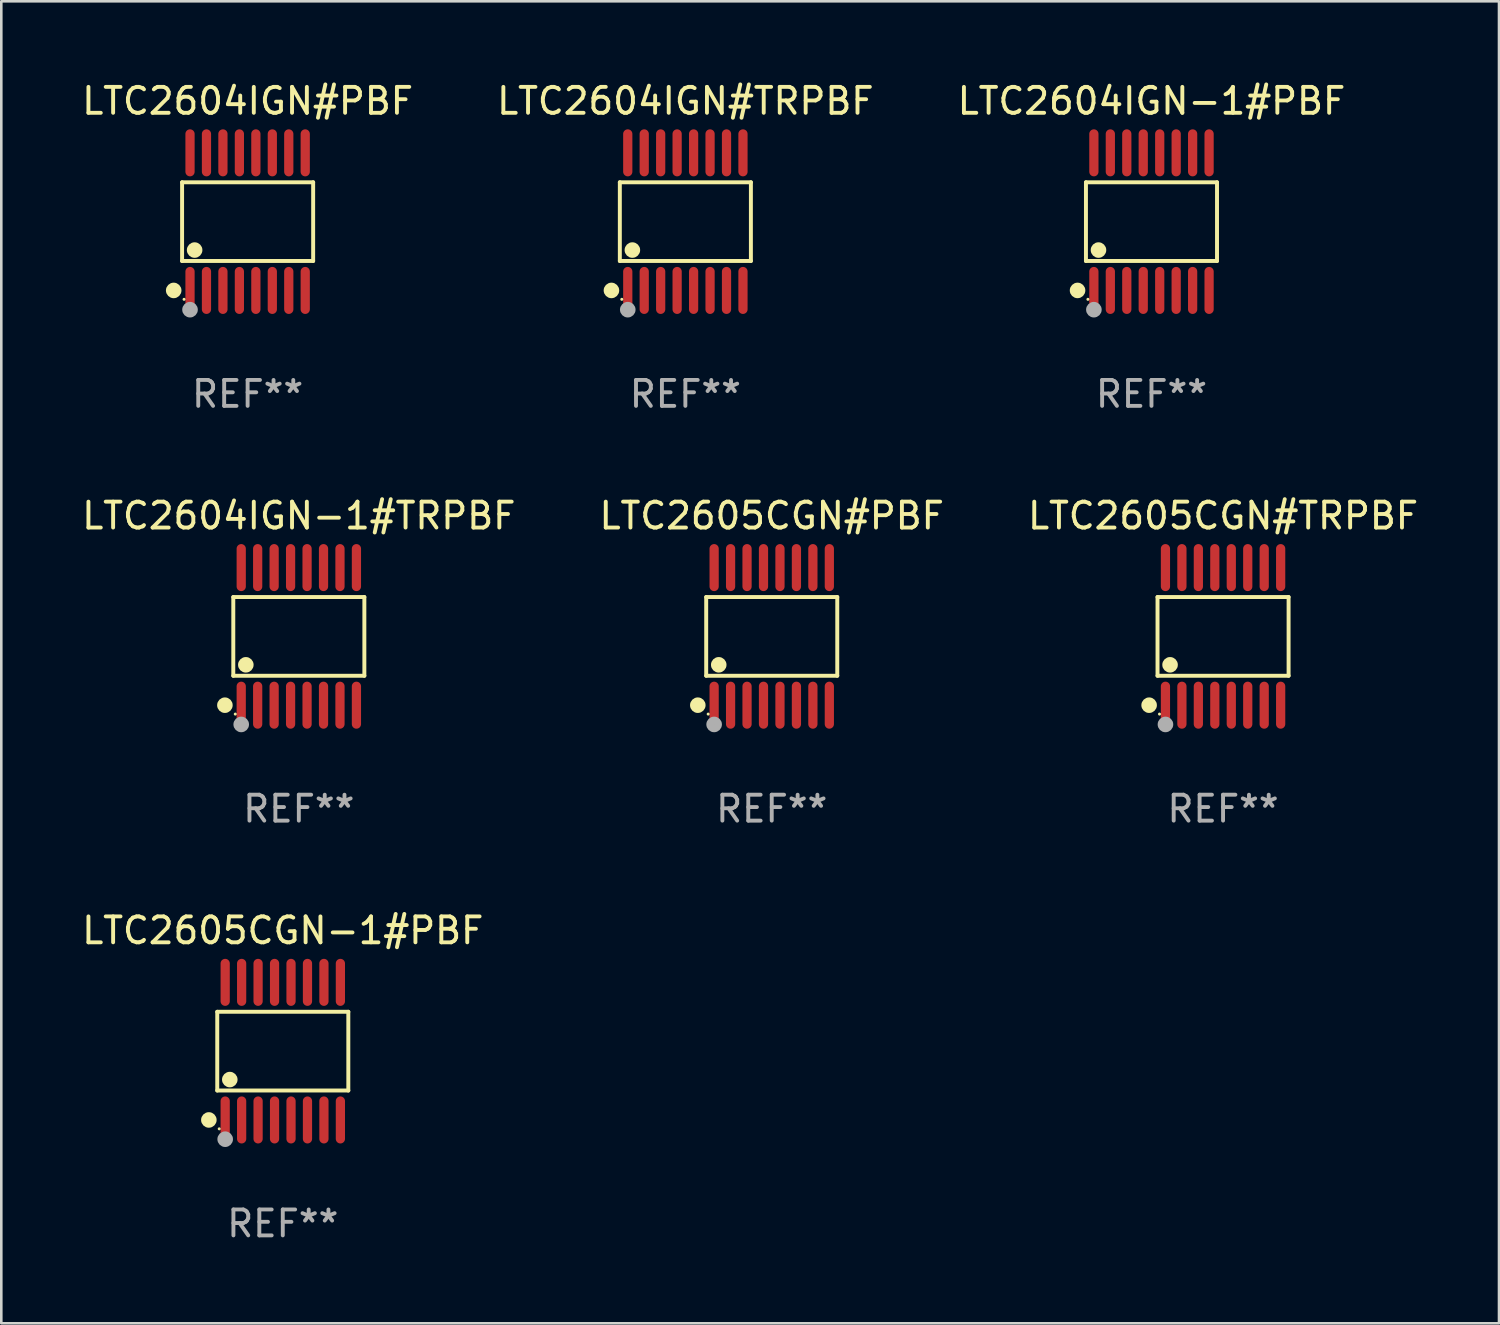
<source format=kicad_pcb>
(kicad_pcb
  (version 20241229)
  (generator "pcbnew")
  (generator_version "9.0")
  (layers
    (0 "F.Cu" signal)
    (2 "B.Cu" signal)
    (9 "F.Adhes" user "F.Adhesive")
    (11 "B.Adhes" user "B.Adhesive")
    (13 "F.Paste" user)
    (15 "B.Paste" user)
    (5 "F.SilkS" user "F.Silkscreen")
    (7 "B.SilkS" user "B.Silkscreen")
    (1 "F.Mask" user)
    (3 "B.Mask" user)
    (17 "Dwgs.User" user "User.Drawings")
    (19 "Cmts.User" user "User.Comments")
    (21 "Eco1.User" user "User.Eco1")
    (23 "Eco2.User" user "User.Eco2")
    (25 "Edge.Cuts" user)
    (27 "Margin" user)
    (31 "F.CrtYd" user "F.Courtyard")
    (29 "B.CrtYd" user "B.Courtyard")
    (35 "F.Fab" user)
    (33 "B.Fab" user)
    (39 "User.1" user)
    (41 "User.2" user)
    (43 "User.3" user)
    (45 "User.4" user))
  (footprint "LTC2605CGN#TRPBF"
    (layer "F.Cu")
    (at 44.149 21.509)
    (property "Reference" "LTC2605CGN#TRPBF" (at 0 -4.655 0) (layer "F.SilkS") (effects (font (size 1 1) (thickness 0.15))))
    (attr through_hole)
    (fp_line (start -2.529 -1.519) (end 2.529 -1.519) (stroke (width 0.152) (type solid)) (layer "F.SilkS"))
    (fp_line (start -2.529 1.519) (end -2.529 -1.519) (stroke (width 0.152) (type solid)) (layer "F.SilkS"))
    (fp_line (start 2.529 -1.519) (end 2.529 1.519) (stroke (width 0.152) (type solid)) (layer "F.SilkS"))
    (fp_line (start 2.529 1.519) (end -2.529 1.519) (stroke (width 0.152) (type solid)) (layer "F.SilkS"))
    (fp_circle (center -2.853 2.655) (end -2.703 2.655) (stroke (width 0.3) (type solid)) (fill no) (layer "F.SilkS"))
    (fp_circle (center -2.453 2.998) (end -2.423 2.998) (stroke (width 0.06) (type solid)) (fill no) (layer "F.SilkS"))
    (fp_circle (center -2.045 1.097) (end -1.895 1.097) (stroke (width 0.3) (type solid)) (fill no) (layer "F.SilkS"))
    (fp_circle (center -2.223 3.398) (end -2.072 3.398) (stroke (width 0.3) (type solid)) (fill no) (layer "F.Fab"))
    (fp_text user "REF**" (at 0 6.655 0) (layer "F.Fab") (effects (font (size 1 1) (thickness 0.15))))
    (pad "1" smd oval (at -2.223 2.655) (size 0.356 1.815) (layers "F.Cu" "F.Mask" "F.Paste"))
    (pad "2" smd oval (at -1.588 2.655) (size 0.356 1.815) (layers "F.Cu" "F.Mask" "F.Paste"))
    (pad "3" smd oval (at -0.953 2.655) (size 0.356 1.815) (layers "F.Cu" "F.Mask" "F.Paste"))
    (pad "4" smd oval (at -0.318 2.655) (size 0.356 1.815) (layers "F.Cu" "F.Mask" "F.Paste"))
    (pad "5" smd oval (at 0.318 2.655) (size 0.356 1.815) (layers "F.Cu" "F.Mask" "F.Paste"))
    (pad "6" smd oval (at 0.953 2.655) (size 0.356 1.815) (layers "F.Cu" "F.Mask" "F.Paste"))
    (pad "7" smd oval (at 1.588 2.655) (size 0.356 1.815) (layers "F.Cu" "F.Mask" "F.Paste"))
    (pad "8" smd oval (at 2.223 2.655) (size 0.356 1.815) (layers "F.Cu" "F.Mask" "F.Paste"))
    (pad "9" smd oval (at 2.223 -2.655) (size 0.356 1.815) (layers "F.Cu" "F.Mask" "F.Paste"))
    (pad "10" smd oval (at 1.588 -2.655) (size 0.356 1.815) (layers "F.Cu" "F.Mask" "F.Paste"))
    (pad "11" smd oval (at 0.953 -2.655) (size 0.356 1.815) (layers "F.Cu" "F.Mask" "F.Paste"))
    (pad "12" smd oval (at 0.318 -2.655) (size 0.356 1.815) (layers "F.Cu" "F.Mask" "F.Paste"))
    (pad "13" smd oval (at -0.318 -2.655) (size 0.356 1.815) (layers "F.Cu" "F.Mask" "F.Paste"))
    (pad "14" smd oval (at -0.953 -2.655) (size 0.356 1.815) (layers "F.Cu" "F.Mask" "F.Paste"))
    (pad "15" smd oval (at -1.588 -2.655) (size 0.356 1.815) (layers "F.Cu" "F.Mask" "F.Paste"))
    (pad "16" smd oval (at -2.223 -2.655) (size 0.356 1.815) (layers "F.Cu" "F.Mask" "F.Paste")))
  (footprint "LTC2605CGN-1#PBF"
    (layer "F.Cu")
    (at 7.863 37.515)
    (property "Reference" "LTC2605CGN-1#PBF" (at 0 -4.655 0) (layer "F.SilkS") (effects (font (size 1 1) (thickness 0.15))))
    (attr through_hole)
    (fp_line (start -2.529 -1.519) (end 2.529 -1.519) (stroke (width 0.152) (type solid)) (layer "F.SilkS"))
    (fp_line (start -2.529 1.519) (end -2.529 -1.519) (stroke (width 0.152) (type solid)) (layer "F.SilkS"))
    (fp_line (start 2.529 -1.519) (end 2.529 1.519) (stroke (width 0.152) (type solid)) (layer "F.SilkS"))
    (fp_line (start 2.529 1.519) (end -2.529 1.519) (stroke (width 0.152) (type solid)) (layer "F.SilkS"))
    (fp_circle (center -2.853 2.655) (end -2.703 2.655) (stroke (width 0.3) (type solid)) (fill no) (layer "F.SilkS"))
    (fp_circle (center -2.453 2.998) (end -2.423 2.998) (stroke (width 0.06) (type solid)) (fill no) (layer "F.SilkS"))
    (fp_circle (center -2.045 1.097) (end -1.895 1.097) (stroke (width 0.3) (type solid)) (fill no) (layer "F.SilkS"))
    (fp_circle (center -2.223 3.398) (end -2.072 3.398) (stroke (width 0.3) (type solid)) (fill no) (layer "F.Fab"))
    (fp_text user "REF**" (at 0 6.655 0) (layer "F.Fab") (effects (font (size 1 1) (thickness 0.15))))
    (pad "1" smd oval (at -2.223 2.655) (size 0.356 1.815) (layers "F.Cu" "F.Mask" "F.Paste"))
    (pad "2" smd oval (at -1.588 2.655) (size 0.356 1.815) (layers "F.Cu" "F.Mask" "F.Paste"))
    (pad "3" smd oval (at -0.953 2.655) (size 0.356 1.815) (layers "F.Cu" "F.Mask" "F.Paste"))
    (pad "4" smd oval (at -0.318 2.655) (size 0.356 1.815) (layers "F.Cu" "F.Mask" "F.Paste"))
    (pad "5" smd oval (at 0.318 2.655) (size 0.356 1.815) (layers "F.Cu" "F.Mask" "F.Paste"))
    (pad "6" smd oval (at 0.953 2.655) (size 0.356 1.815) (layers "F.Cu" "F.Mask" "F.Paste"))
    (pad "7" smd oval (at 1.588 2.655) (size 0.356 1.815) (layers "F.Cu" "F.Mask" "F.Paste"))
    (pad "8" smd oval (at 2.223 2.655) (size 0.356 1.815) (layers "F.Cu" "F.Mask" "F.Paste"))
    (pad "9" smd oval (at 2.223 -2.655) (size 0.356 1.815) (layers "F.Cu" "F.Mask" "F.Paste"))
    (pad "10" smd oval (at 1.588 -2.655) (size 0.356 1.815) (layers "F.Cu" "F.Mask" "F.Paste"))
    (pad "11" smd oval (at 0.953 -2.655) (size 0.356 1.815) (layers "F.Cu" "F.Mask" "F.Paste"))
    (pad "12" smd oval (at 0.318 -2.655) (size 0.356 1.815) (layers "F.Cu" "F.Mask" "F.Paste"))
    (pad "13" smd oval (at -0.318 -2.655) (size 0.356 1.815) (layers "F.Cu" "F.Mask" "F.Paste"))
    (pad "14" smd oval (at -0.953 -2.655) (size 0.356 1.815) (layers "F.Cu" "F.Mask" "F.Paste"))
    (pad "15" smd oval (at -1.588 -2.655) (size 0.356 1.815) (layers "F.Cu" "F.Mask" "F.Paste"))
    (pad "16" smd oval (at -2.223 -2.655) (size 0.356 1.815) (layers "F.Cu" "F.Mask" "F.Paste")))
  (footprint "LTC2604IGN#TRPBF"
    (layer "F.Cu")
    (at 23.399 5.503)
    (property "Reference" "LTC2604IGN#TRPBF" (at 0 -4.655 0) (layer "F.SilkS") (effects (font (size 1 1) (thickness 0.15))))
    (attr through_hole)
    (fp_line (start -2.529 -1.519) (end 2.529 -1.519) (stroke (width 0.152) (type solid)) (layer "F.SilkS"))
    (fp_line (start -2.529 1.519) (end -2.529 -1.519) (stroke (width 0.152) (type solid)) (layer "F.SilkS"))
    (fp_line (start 2.529 -1.519) (end 2.529 1.519) (stroke (width 0.152) (type solid)) (layer "F.SilkS"))
    (fp_line (start 2.529 1.519) (end -2.529 1.519) (stroke (width 0.152) (type solid)) (layer "F.SilkS"))
    (fp_circle (center -2.853 2.655) (end -2.703 2.655) (stroke (width 0.3) (type solid)) (fill no) (layer "F.SilkS"))
    (fp_circle (center -2.453 2.998) (end -2.423 2.998) (stroke (width 0.06) (type solid)) (fill no) (layer "F.SilkS"))
    (fp_circle (center -2.045 1.097) (end -1.895 1.097) (stroke (width 0.3) (type solid)) (fill no) (layer "F.SilkS"))
    (fp_circle (center -2.223 3.398) (end -2.072 3.398) (stroke (width 0.3) (type solid)) (fill no) (layer "F.Fab"))
    (fp_text user "REF**" (at 0 6.655 0) (layer "F.Fab") (effects (font (size 1 1) (thickness 0.15))))
    (pad "1" smd oval (at -2.223 2.655) (size 0.356 1.815) (layers "F.Cu" "F.Mask" "F.Paste"))
    (pad "2" smd oval (at -1.588 2.655) (size 0.356 1.815) (layers "F.Cu" "F.Mask" "F.Paste"))
    (pad "3" smd oval (at -0.953 2.655) (size 0.356 1.815) (layers "F.Cu" "F.Mask" "F.Paste"))
    (pad "4" smd oval (at -0.318 2.655) (size 0.356 1.815) (layers "F.Cu" "F.Mask" "F.Paste"))
    (pad "5" smd oval (at 0.318 2.655) (size 0.356 1.815) (layers "F.Cu" "F.Mask" "F.Paste"))
    (pad "6" smd oval (at 0.953 2.655) (size 0.356 1.815) (layers "F.Cu" "F.Mask" "F.Paste"))
    (pad "7" smd oval (at 1.588 2.655) (size 0.356 1.815) (layers "F.Cu" "F.Mask" "F.Paste"))
    (pad "8" smd oval (at 2.223 2.655) (size 0.356 1.815) (layers "F.Cu" "F.Mask" "F.Paste"))
    (pad "9" smd oval (at 2.223 -2.655) (size 0.356 1.815) (layers "F.Cu" "F.Mask" "F.Paste"))
    (pad "10" smd oval (at 1.588 -2.655) (size 0.356 1.815) (layers "F.Cu" "F.Mask" "F.Paste"))
    (pad "11" smd oval (at 0.953 -2.655) (size 0.356 1.815) (layers "F.Cu" "F.Mask" "F.Paste"))
    (pad "12" smd oval (at 0.318 -2.655) (size 0.356 1.815) (layers "F.Cu" "F.Mask" "F.Paste"))
    (pad "13" smd oval (at -0.318 -2.655) (size 0.356 1.815) (layers "F.Cu" "F.Mask" "F.Paste"))
    (pad "14" smd oval (at -0.953 -2.655) (size 0.356 1.815) (layers "F.Cu" "F.Mask" "F.Paste"))
    (pad "15" smd oval (at -1.588 -2.655) (size 0.356 1.815) (layers "F.Cu" "F.Mask" "F.Paste"))
    (pad "16" smd oval (at -2.223 -2.655) (size 0.356 1.815) (layers "F.Cu" "F.Mask" "F.Paste")))
  (footprint "LTC2604IGN#PBF"
    (layer "F.Cu")
    (at 6.506 5.503)
    (property "Reference" "LTC2604IGN#PBF" (at 0 -4.655 0) (layer "F.SilkS") (effects (font (size 1 1) (thickness 0.15))))
    (attr through_hole)
    (fp_line (start -2.529 -1.519) (end 2.529 -1.519) (stroke (width 0.152) (type solid)) (layer "F.SilkS"))
    (fp_line (start -2.529 1.519) (end -2.529 -1.519) (stroke (width 0.152) (type solid)) (layer "F.SilkS"))
    (fp_line (start 2.529 -1.519) (end 2.529 1.519) (stroke (width 0.152) (type solid)) (layer "F.SilkS"))
    (fp_line (start 2.529 1.519) (end -2.529 1.519) (stroke (width 0.152) (type solid)) (layer "F.SilkS"))
    (fp_circle (center -2.853 2.655) (end -2.703 2.655) (stroke (width 0.3) (type solid)) (fill no) (layer "F.SilkS"))
    (fp_circle (center -2.453 2.998) (end -2.423 2.998) (stroke (width 0.06) (type solid)) (fill no) (layer "F.SilkS"))
    (fp_circle (center -2.045 1.097) (end -1.895 1.097) (stroke (width 0.3) (type solid)) (fill no) (layer "F.SilkS"))
    (fp_circle (center -2.223 3.398) (end -2.072 3.398) (stroke (width 0.3) (type solid)) (fill no) (layer "F.Fab"))
    (fp_text user "REF**" (at 0 6.655 0) (layer "F.Fab") (effects (font (size 1 1) (thickness 0.15))))
    (pad "1" smd oval (at -2.223 2.655) (size 0.356 1.815) (layers "F.Cu" "F.Mask" "F.Paste"))
    (pad "2" smd oval (at -1.588 2.655) (size 0.356 1.815) (layers "F.Cu" "F.Mask" "F.Paste"))
    (pad "3" smd oval (at -0.953 2.655) (size 0.356 1.815) (layers "F.Cu" "F.Mask" "F.Paste"))
    (pad "4" smd oval (at -0.318 2.655) (size 0.356 1.815) (layers "F.Cu" "F.Mask" "F.Paste"))
    (pad "5" smd oval (at 0.318 2.655) (size 0.356 1.815) (layers "F.Cu" "F.Mask" "F.Paste"))
    (pad "6" smd oval (at 0.953 2.655) (size 0.356 1.815) (layers "F.Cu" "F.Mask" "F.Paste"))
    (pad "7" smd oval (at 1.588 2.655) (size 0.356 1.815) (layers "F.Cu" "F.Mask" "F.Paste"))
    (pad "8" smd oval (at 2.223 2.655) (size 0.356 1.815) (layers "F.Cu" "F.Mask" "F.Paste"))
    (pad "9" smd oval (at 2.223 -2.655) (size 0.356 1.815) (layers "F.Cu" "F.Mask" "F.Paste"))
    (pad "10" smd oval (at 1.588 -2.655) (size 0.356 1.815) (layers "F.Cu" "F.Mask" "F.Paste"))
    (pad "11" smd oval (at 0.953 -2.655) (size 0.356 1.815) (layers "F.Cu" "F.Mask" "F.Paste"))
    (pad "12" smd oval (at 0.318 -2.655) (size 0.356 1.815) (layers "F.Cu" "F.Mask" "F.Paste"))
    (pad "13" smd oval (at -0.318 -2.655) (size 0.356 1.815) (layers "F.Cu" "F.Mask" "F.Paste"))
    (pad "14" smd oval (at -0.953 -2.655) (size 0.356 1.815) (layers "F.Cu" "F.Mask" "F.Paste"))
    (pad "15" smd oval (at -1.588 -2.655) (size 0.356 1.815) (layers "F.Cu" "F.Mask" "F.Paste"))
    (pad "16" smd oval (at -2.223 -2.655) (size 0.356 1.815) (layers "F.Cu" "F.Mask" "F.Paste")))
  (footprint "LTC2604IGN-1#PBF"
    (layer "F.Cu")
    (at 41.387 5.503)
    (property "Reference" "LTC2604IGN-1#PBF" (at 0 -4.655 0) (layer "F.SilkS") (effects (font (size 1 1) (thickness 0.15))))
    (attr through_hole)
    (fp_line (start -2.529 -1.519) (end 2.529 -1.519) (stroke (width 0.152) (type solid)) (layer "F.SilkS"))
    (fp_line (start -2.529 1.519) (end -2.529 -1.519) (stroke (width 0.152) (type solid)) (layer "F.SilkS"))
    (fp_line (start 2.529 -1.519) (end 2.529 1.519) (stroke (width 0.152) (type solid)) (layer "F.SilkS"))
    (fp_line (start 2.529 1.519) (end -2.529 1.519) (stroke (width 0.152) (type solid)) (layer "F.SilkS"))
    (fp_circle (center -2.853 2.655) (end -2.703 2.655) (stroke (width 0.3) (type solid)) (fill no) (layer "F.SilkS"))
    (fp_circle (center -2.453 2.998) (end -2.423 2.998) (stroke (width 0.06) (type solid)) (fill no) (layer "F.SilkS"))
    (fp_circle (center -2.045 1.097) (end -1.895 1.097) (stroke (width 0.3) (type solid)) (fill no) (layer "F.SilkS"))
    (fp_circle (center -2.223 3.398) (end -2.072 3.398) (stroke (width 0.3) (type solid)) (fill no) (layer "F.Fab"))
    (fp_text user "REF**" (at 0 6.655 0) (layer "F.Fab") (effects (font (size 1 1) (thickness 0.15))))
    (pad "1" smd oval (at -2.223 2.655) (size 0.356 1.815) (layers "F.Cu" "F.Mask" "F.Paste"))
    (pad "2" smd oval (at -1.588 2.655) (size 0.356 1.815) (layers "F.Cu" "F.Mask" "F.Paste"))
    (pad "3" smd oval (at -0.953 2.655) (size 0.356 1.815) (layers "F.Cu" "F.Mask" "F.Paste"))
    (pad "4" smd oval (at -0.318 2.655) (size 0.356 1.815) (layers "F.Cu" "F.Mask" "F.Paste"))
    (pad "5" smd oval (at 0.318 2.655) (size 0.356 1.815) (layers "F.Cu" "F.Mask" "F.Paste"))
    (pad "6" smd oval (at 0.953 2.655) (size 0.356 1.815) (layers "F.Cu" "F.Mask" "F.Paste"))
    (pad "7" smd oval (at 1.588 2.655) (size 0.356 1.815) (layers "F.Cu" "F.Mask" "F.Paste"))
    (pad "8" smd oval (at 2.223 2.655) (size 0.356 1.815) (layers "F.Cu" "F.Mask" "F.Paste"))
    (pad "9" smd oval (at 2.223 -2.655) (size 0.356 1.815) (layers "F.Cu" "F.Mask" "F.Paste"))
    (pad "10" smd oval (at 1.588 -2.655) (size 0.356 1.815) (layers "F.Cu" "F.Mask" "F.Paste"))
    (pad "11" smd oval (at 0.953 -2.655) (size 0.356 1.815) (layers "F.Cu" "F.Mask" "F.Paste"))
    (pad "12" smd oval (at 0.318 -2.655) (size 0.356 1.815) (layers "F.Cu" "F.Mask" "F.Paste"))
    (pad "13" smd oval (at -0.318 -2.655) (size 0.356 1.815) (layers "F.Cu" "F.Mask" "F.Paste"))
    (pad "14" smd oval (at -0.953 -2.655) (size 0.356 1.815) (layers "F.Cu" "F.Mask" "F.Paste"))
    (pad "15" smd oval (at -1.588 -2.655) (size 0.356 1.815) (layers "F.Cu" "F.Mask" "F.Paste"))
    (pad "16" smd oval (at -2.223 -2.655) (size 0.356 1.815) (layers "F.Cu" "F.Mask" "F.Paste")))
  (footprint "LTC2604IGN-1#TRPBF"
    (layer "F.Cu")
    (at 8.482 21.509)
    (property "Reference" "LTC2604IGN-1#TRPBF" (at 0 -4.655 0) (layer "F.SilkS") (effects (font (size 1 1) (thickness 0.15))))
    (attr through_hole)
    (fp_line (start -2.529 -1.519) (end 2.529 -1.519) (stroke (width 0.152) (type solid)) (layer "F.SilkS"))
    (fp_line (start -2.529 1.519) (end -2.529 -1.519) (stroke (width 0.152) (type solid)) (layer "F.SilkS"))
    (fp_line (start 2.529 -1.519) (end 2.529 1.519) (stroke (width 0.152) (type solid)) (layer "F.SilkS"))
    (fp_line (start 2.529 1.519) (end -2.529 1.519) (stroke (width 0.152) (type solid)) (layer "F.SilkS"))
    (fp_circle (center -2.853 2.655) (end -2.703 2.655) (stroke (width 0.3) (type solid)) (fill no) (layer "F.SilkS"))
    (fp_circle (center -2.453 2.998) (end -2.423 2.998) (stroke (width 0.06) (type solid)) (fill no) (layer "F.SilkS"))
    (fp_circle (center -2.045 1.097) (end -1.895 1.097) (stroke (width 0.3) (type solid)) (fill no) (layer "F.SilkS"))
    (fp_circle (center -2.223 3.398) (end -2.072 3.398) (stroke (width 0.3) (type solid)) (fill no) (layer "F.Fab"))
    (fp_text user "REF**" (at 0 6.655 0) (layer "F.Fab") (effects (font (size 1 1) (thickness 0.15))))
    (pad "1" smd oval (at -2.223 2.655) (size 0.356 1.815) (layers "F.Cu" "F.Mask" "F.Paste"))
    (pad "2" smd oval (at -1.588 2.655) (size 0.356 1.815) (layers "F.Cu" "F.Mask" "F.Paste"))
    (pad "3" smd oval (at -0.953 2.655) (size 0.356 1.815) (layers "F.Cu" "F.Mask" "F.Paste"))
    (pad "4" smd oval (at -0.318 2.655) (size 0.356 1.815) (layers "F.Cu" "F.Mask" "F.Paste"))
    (pad "5" smd oval (at 0.318 2.655) (size 0.356 1.815) (layers "F.Cu" "F.Mask" "F.Paste"))
    (pad "6" smd oval (at 0.953 2.655) (size 0.356 1.815) (layers "F.Cu" "F.Mask" "F.Paste"))
    (pad "7" smd oval (at 1.588 2.655) (size 0.356 1.815) (layers "F.Cu" "F.Mask" "F.Paste"))
    (pad "8" smd oval (at 2.223 2.655) (size 0.356 1.815) (layers "F.Cu" "F.Mask" "F.Paste"))
    (pad "9" smd oval (at 2.223 -2.655) (size 0.356 1.815) (layers "F.Cu" "F.Mask" "F.Paste"))
    (pad "10" smd oval (at 1.588 -2.655) (size 0.356 1.815) (layers "F.Cu" "F.Mask" "F.Paste"))
    (pad "11" smd oval (at 0.953 -2.655) (size 0.356 1.815) (layers "F.Cu" "F.Mask" "F.Paste"))
    (pad "12" smd oval (at 0.318 -2.655) (size 0.356 1.815) (layers "F.Cu" "F.Mask" "F.Paste"))
    (pad "13" smd oval (at -0.318 -2.655) (size 0.356 1.815) (layers "F.Cu" "F.Mask" "F.Paste"))
    (pad "14" smd oval (at -0.953 -2.655) (size 0.356 1.815) (layers "F.Cu" "F.Mask" "F.Paste"))
    (pad "15" smd oval (at -1.588 -2.655) (size 0.356 1.815) (layers "F.Cu" "F.Mask" "F.Paste"))
    (pad "16" smd oval (at -2.223 -2.655) (size 0.356 1.815) (layers "F.Cu" "F.Mask" "F.Paste")))
  (footprint "LTC2605CGN#PBF"
    (layer "F.Cu")
    (at 26.732 21.509)
    (property "Reference" "LTC2605CGN#PBF" (at 0 -4.655 0) (layer "F.SilkS") (effects (font (size 1 1) (thickness 0.15))))
    (attr through_hole)
    (fp_line (start -2.529 -1.519) (end 2.529 -1.519) (stroke (width 0.152) (type solid)) (layer "F.SilkS"))
    (fp_line (start -2.529 1.519) (end -2.529 -1.519) (stroke (width 0.152) (type solid)) (layer "F.SilkS"))
    (fp_line (start 2.529 -1.519) (end 2.529 1.519) (stroke (width 0.152) (type solid)) (layer "F.SilkS"))
    (fp_line (start 2.529 1.519) (end -2.529 1.519) (stroke (width 0.152) (type solid)) (layer "F.SilkS"))
    (fp_circle (center -2.853 2.655) (end -2.703 2.655) (stroke (width 0.3) (type solid)) (fill no) (layer "F.SilkS"))
    (fp_circle (center -2.453 2.998) (end -2.423 2.998) (stroke (width 0.06) (type solid)) (fill no) (layer "F.SilkS"))
    (fp_circle (center -2.045 1.097) (end -1.895 1.097) (stroke (width 0.3) (type solid)) (fill no) (layer "F.SilkS"))
    (fp_circle (center -2.223 3.398) (end -2.072 3.398) (stroke (width 0.3) (type solid)) (fill no) (layer "F.Fab"))
    (fp_text user "REF**" (at 0 6.655 0) (layer "F.Fab") (effects (font (size 1 1) (thickness 0.15))))
    (pad "1" smd oval (at -2.223 2.655) (size 0.356 1.815) (layers "F.Cu" "F.Mask" "F.Paste"))
    (pad "2" smd oval (at -1.588 2.655) (size 0.356 1.815) (layers "F.Cu" "F.Mask" "F.Paste"))
    (pad "3" smd oval (at -0.953 2.655) (size 0.356 1.815) (layers "F.Cu" "F.Mask" "F.Paste"))
    (pad "4" smd oval (at -0.318 2.655) (size 0.356 1.815) (layers "F.Cu" "F.Mask" "F.Paste"))
    (pad "5" smd oval (at 0.318 2.655) (size 0.356 1.815) (layers "F.Cu" "F.Mask" "F.Paste"))
    (pad "6" smd oval (at 0.953 2.655) (size 0.356 1.815) (layers "F.Cu" "F.Mask" "F.Paste"))
    (pad "7" smd oval (at 1.588 2.655) (size 0.356 1.815) (layers "F.Cu" "F.Mask" "F.Paste"))
    (pad "8" smd oval (at 2.223 2.655) (size 0.356 1.815) (layers "F.Cu" "F.Mask" "F.Paste"))
    (pad "9" smd oval (at 2.223 -2.655) (size 0.356 1.815) (layers "F.Cu" "F.Mask" "F.Paste"))
    (pad "10" smd oval (at 1.588 -2.655) (size 0.356 1.815) (layers "F.Cu" "F.Mask" "F.Paste"))
    (pad "11" smd oval (at 0.953 -2.655) (size 0.356 1.815) (layers "F.Cu" "F.Mask" "F.Paste"))
    (pad "12" smd oval (at 0.318 -2.655) (size 0.356 1.815) (layers "F.Cu" "F.Mask" "F.Paste"))
    (pad "13" smd oval (at -0.318 -2.655) (size 0.356 1.815) (layers "F.Cu" "F.Mask" "F.Paste"))
    (pad "14" smd oval (at -0.953 -2.655) (size 0.356 1.815) (layers "F.Cu" "F.Mask" "F.Paste"))
    (pad "15" smd oval (at -1.588 -2.655) (size 0.356 1.815) (layers "F.Cu" "F.Mask" "F.Paste"))
    (pad "16" smd oval (at -2.223 -2.655) (size 0.356 1.815) (layers "F.Cu" "F.Mask" "F.Paste")))
  (gr_rect
    (start -3 -3)
    (end 54.798 48.018)
    (stroke (width 0.1) (type default))
    (fill no)
    (layer "Edge.Cuts")))
</source>
